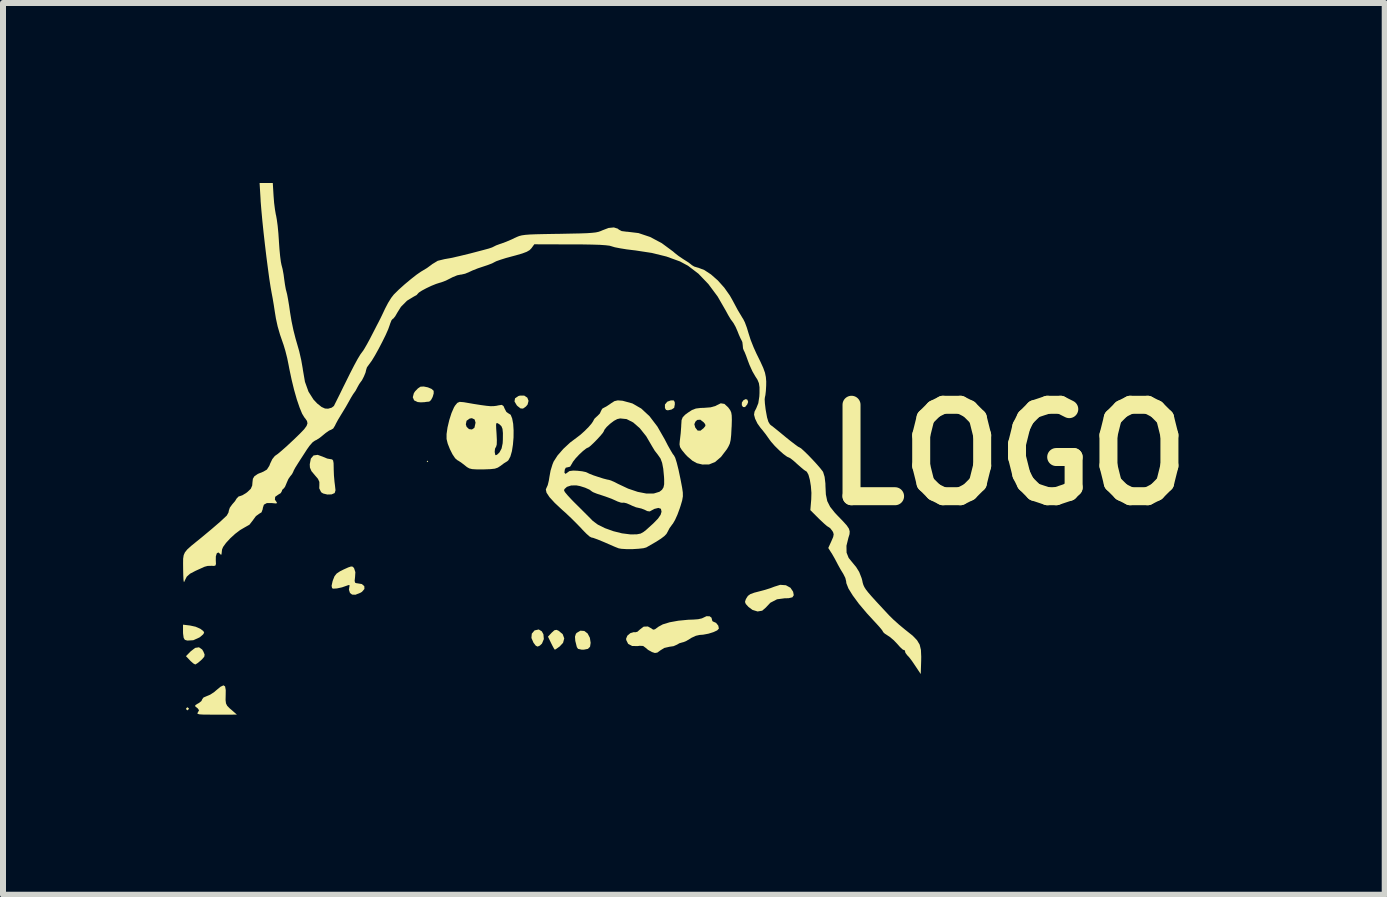
<source format=kicad_pcb>
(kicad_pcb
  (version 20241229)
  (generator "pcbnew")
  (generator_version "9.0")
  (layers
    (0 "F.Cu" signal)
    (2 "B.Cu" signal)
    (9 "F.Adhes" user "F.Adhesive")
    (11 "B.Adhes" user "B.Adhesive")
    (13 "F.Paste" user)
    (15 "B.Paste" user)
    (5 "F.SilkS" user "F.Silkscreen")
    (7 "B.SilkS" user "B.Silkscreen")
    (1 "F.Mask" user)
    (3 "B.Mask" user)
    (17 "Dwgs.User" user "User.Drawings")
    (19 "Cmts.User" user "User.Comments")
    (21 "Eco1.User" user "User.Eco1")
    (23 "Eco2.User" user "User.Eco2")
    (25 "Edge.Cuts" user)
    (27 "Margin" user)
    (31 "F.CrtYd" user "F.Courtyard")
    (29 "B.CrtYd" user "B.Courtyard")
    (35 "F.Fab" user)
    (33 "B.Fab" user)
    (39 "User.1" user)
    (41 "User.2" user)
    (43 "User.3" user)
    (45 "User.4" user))
  (footprint "LOGO"
    (layer "F.Cu")
    (at 6.153 4.43)
    (property "Reference" "LOGO" (at 7.6 0.1 0) (layer "F.SilkS") (effects (font (size 1.524 1.524) (thickness 0.3))))
    (attr board_only exclude_from_pos_files exclude_from_bom)
    (fp_poly (pts (xy -2.067 0.209) (xy -2.08 0.222) (xy -2.092 0.209) (xy -2.08 0.197)) (stroke (width 0) (type solid)) (fill yes) (layer "F.SilkS"))
    (fp_poly (pts (xy -6.055 4.326) (xy -6.055 4.332) (xy -6.073 4.356) (xy -6.079 4.356) (xy -6.103 4.338) (xy -6.104 4.332) (xy -6.085 4.308) (xy -6.079 4.307)) (stroke (width 0) (type solid)) (fill yes) (layer "F.SilkS"))
    (fp_poly (pts (xy 3.251 -0.82) (xy 3.265 -0.782) (xy 3.25 -0.741) (xy 3.213 -0.696) (xy 3.179 -0.697) (xy 3.159 -0.728) (xy 3.16 -0.772) (xy 3.187 -0.811) (xy 3.224 -0.829)) (stroke (width 0) (type solid)) (fill yes) (layer "F.SilkS"))
    (fp_poly (pts (xy -0.466 -0.887) (xy -0.415 -0.853) (xy -0.395 -0.8) (xy -0.411 -0.738) (xy -0.439 -0.705) (xy -0.487 -0.671) (xy -0.529 -0.674) (xy -0.58 -0.714) (xy -0.592 -0.727) (xy -0.629 -0.79) (xy -0.62 -0.842) (xy -0.564 -0.88) (xy -0.539 -0.887)) (stroke (width 0) (type solid)) (fill yes) (layer "F.SilkS"))
    (fp_poly (pts (xy -0.174 3.041) (xy -0.147 3.09) (xy -0.14 3.17) (xy -0.171 3.245) (xy -0.207 3.279) (xy -0.243 3.295) (xy -0.274 3.281) (xy -0.313 3.23) (xy -0.347 3.151) (xy -0.341 3.08) (xy -0.297 3.028) (xy -0.292 3.025) (xy -0.225 3.01)) (stroke (width 0) (type solid)) (fill yes) (layer "F.SilkS"))
    (fp_poly (pts (xy 2.024 -0.807) (xy 2.041 -0.78) (xy 2.043 -0.743) (xy 2.032 -0.684) (xy 1.992 -0.657) (xy 1.987 -0.655) (xy 1.927 -0.642) (xy 1.896 -0.649) (xy 1.879 -0.679) (xy 1.878 -0.68) (xy 1.878 -0.739) (xy 1.917 -0.786) (xy 1.978 -0.808)) (stroke (width 0) (type solid)) (fill yes) (layer "F.SilkS"))
    (fp_poly (pts (xy -6.036 2.944) (xy -5.944 2.964) (xy -5.866 2.998) (xy -5.814 3.037) (xy -5.801 3.064) (xy -5.818 3.092) (xy -5.864 3.132) (xy -5.881 3.144) (xy -5.981 3.189) (xy -6.081 3.195) (xy -6.122 3.183) (xy -6.142 3.151) (xy -6.152 3.081) (xy -6.153 3.05) (xy -6.153 2.93)) (stroke (width 0) (type solid)) (fill yes) (layer "F.SilkS"))
    (fp_poly (pts (xy 0.104 3.03) (xy 0.174 3.088) (xy 0.2 3.159) (xy 0.18 3.233) (xy 0.124 3.293) (xy 0.074 3.329) (xy 0.045 3.347) (xy 0.043 3.347) (xy 0.028 3.327) (xy 0.000385 3.276) (xy -0.018 3.239) (xy -0.071 3.13) (xy -0.011 3.065) (xy 0.034 3.024) (xy 0.07 3.016)) (stroke (width 0) (type solid)) (fill yes) (layer "F.SilkS"))
    (fp_poly (pts (xy 0.534 3.035) (xy 0.589 3.076) (xy 0.627 3.148) (xy 0.64 3.233) (xy 0.63 3.298) (xy 0.595 3.333) (xy 0.525 3.347) (xy 0.492 3.347) (xy 0.43 3.333) (xy 0.41 3.304) (xy 0.384 3.2) (xy 0.379 3.13) (xy 0.394 3.083) (xy 0.407 3.067) (xy 0.47 3.03)) (stroke (width 0) (type solid)) (fill yes) (layer "F.SilkS"))
    (fp_poly (pts (xy -5.834 3.344) (xy -5.812 3.381) (xy -5.793 3.429) (xy -5.799 3.464) (xy -5.834 3.505) (xy -5.853 3.523) (xy -5.905 3.567) (xy -5.943 3.591) (xy -5.95 3.593) (xy -5.98 3.577) (xy -6.026 3.537) (xy -6.038 3.524) (xy -6.104 3.455) (xy -6.026 3.375) (xy -5.951 3.317) (xy -5.887 3.307)) (stroke (width 0) (type solid)) (fill yes) (layer "F.SilkS"))
    (fp_poly (pts (xy -2.073 -1.025) (xy -2.011 -0.999) (xy -1.977 -0.968) (xy -1.976 -0.967) (xy -1.976 -0.922) (xy -1.993 -0.864) (xy -2.021 -0.812) (xy -2.05 -0.787) (xy -2.052 -0.787) (xy -2.098 -0.783) (xy -2.129 -0.778) (xy -2.192 -0.775) (xy -2.243 -0.78) (xy -2.302 -0.808) (xy -2.324 -0.86) (xy -2.306 -0.928) (xy -2.286 -0.958) (xy -2.239 -1.007) (xy -2.196 -1.036) (xy -2.195 -1.036) (xy -2.142 -1.039)) (stroke (width 0) (type solid)) (fill yes) (layer "F.SilkS"))
    (fp_poly (pts (xy 3.894 2.273) (xy 3.97 2.315) (xy 4.014 2.381) (xy 4.025 2.439) (xy 4.002 2.474) (xy 3.939 2.489) (xy 3.875 2.49) (xy 3.746 2.507) (xy 3.634 2.565) (xy 3.558 2.646) (xy 3.499 2.697) (xy 3.422 2.71) (xy 3.337 2.684) (xy 3.27 2.634) (xy 3.226 2.586) (xy 3.212 2.551) (xy 3.224 2.511) (xy 3.235 2.49) (xy 3.261 2.45) (xy 3.301 2.421) (xy 3.366 2.397) (xy 3.451 2.375) (xy 3.549 2.349) (xy 3.637 2.321) (xy 3.695 2.299) (xy 3.697 2.298) (xy 3.799 2.266)) (stroke (width 0) (type solid)) (fill yes) (layer "F.SilkS"))
    (fp_poly (pts (xy -3.818 0.133) (xy -3.815 0.135) (xy -3.749 0.162) (xy -3.698 0.171) (xy -3.669 0.176) (xy -3.652 0.194) (xy -3.644 0.238) (xy -3.642 0.318) (xy -3.642 0.338) (xy -3.638 0.443) (xy -3.629 0.545) (xy -3.621 0.608) (xy -3.612 0.691) (xy -3.626 0.737) (xy -3.627 0.737) (xy -3.677 0.759) (xy -3.749 0.761) (xy -3.818 0.744) (xy -3.852 0.722) (xy -3.883 0.658) (xy -3.881 0.605) (xy -3.881 0.551) (xy -3.904 0.5) (xy -3.957 0.438) (xy -4.013 0.371) (xy -4.038 0.312) (xy -4.041 0.257) (xy -4.023 0.163) (xy -3.978 0.11) (xy -3.909 0.1)) (stroke (width 0) (type solid)) (fill yes) (layer "F.SilkS"))
    (fp_poly (pts (xy -5.452 3.959) (xy -5.441 4.02) (xy -5.442 4.098) (xy -5.444 4.186) (xy -5.437 4.242) (xy -5.417 4.282) (xy -5.376 4.324) (xy -5.351 4.345) (xy -5.255 4.429) (xy -5.596 4.43) (xy -5.731 4.429) (xy -5.824 4.428) (xy -5.881 4.424) (xy -5.908 4.416) (xy -5.914 4.405) (xy -5.905 4.391) (xy -5.886 4.356) (xy -5.907 4.326) (xy -5.918 4.317) (xy -5.95 4.291) (xy -5.948 4.271) (xy -5.908 4.246) (xy -5.889 4.236) (xy -5.846 4.202) (xy -5.833 4.173) (xy -5.812 4.144) (xy -5.763 4.123) (xy -5.701 4.097) (xy -5.63 4.05) (xy -5.606 4.029) (xy -5.529 3.965) (xy -5.479 3.941)) (stroke (width 0) (type solid)) (fill yes) (layer "F.SilkS"))
    (fp_poly (pts (xy -3.325 1.964) (xy -3.305 1.985) (xy -3.303 1.987) (xy -3.281 2.055) (xy -3.286 2.135) (xy -3.293 2.201) (xy -3.285 2.231) (xy -3.26 2.24) (xy -3.252 2.24) (xy -3.173 2.253) (xy -3.132 2.288) (xy -3.13 2.335) (xy -3.171 2.383) (xy -3.198 2.399) (xy -3.279 2.431) (xy -3.335 2.429) (xy -3.371 2.401) (xy -3.388 2.348) (xy -3.383 2.311) (xy -3.376 2.273) (xy -3.397 2.27) (xy -3.412 2.276) (xy -3.504 2.308) (xy -3.587 2.326) (xy -3.648 2.33) (xy -3.669 2.322) (xy -3.677 2.282) (xy -3.661 2.208) (xy -3.654 2.187) (xy -3.628 2.122) (xy -3.593 2.078) (xy -3.536 2.04) (xy -3.476 2.01) (xy -3.398 1.975) (xy -3.352 1.96)) (stroke (width 0) (type solid)) (fill yes) (layer "F.SilkS"))
    (fp_poly (pts (xy 2.869 -0.749) (xy 2.93 -0.693) (xy 2.938 -0.683) (xy 2.966 -0.644) (xy 2.983 -0.605) (xy 2.991 -0.556) (xy 2.993 -0.484) (xy 2.99 -0.376) (xy 2.988 -0.35) (xy 2.982 -0.231) (xy 2.973 -0.147) (xy 2.959 -0.087) (xy 2.935 -0.036) (xy 2.911 0.005) (xy 2.812 0.135) (xy 2.714 0.219) (xy 2.613 0.26) (xy 2.501 0.261) (xy 2.41 0.239) (xy 2.336 0.198) (xy 2.254 0.128) (xy 2.216 0.088) (xy 2.16 0.02) (xy 2.13 -0.028) (xy 2.121 -0.075) (xy 2.126 -0.136) (xy 2.129 -0.158) (xy 2.141 -0.263) (xy 2.149 -0.373) (xy 2.15 -0.404) (xy 2.151 -0.411) (xy 2.368 -0.411) (xy 2.383 -0.356) (xy 2.422 -0.305) (xy 2.47 -0.303) (xy 2.523 -0.345) (xy 2.553 -0.383) (xy 2.548 -0.412) (xy 2.523 -0.443) (xy 2.467 -0.486) (xy 2.417 -0.482) (xy 2.387 -0.455) (xy 2.368 -0.411) (xy 2.151 -0.411) (xy 2.155 -0.478) (xy 2.174 -0.526) (xy 2.215 -0.569) (xy 2.261 -0.603) (xy 2.33 -0.648) (xy 2.394 -0.672) (xy 2.474 -0.682) (xy 2.525 -0.683) (xy 2.64 -0.692) (xy 2.721 -0.715) (xy 2.737 -0.724) (xy 2.808 -0.759)) (stroke (width 0) (type solid)) (fill yes) (layer "F.SilkS"))
    (fp_poly (pts (xy 2.623 2.79) (xy 2.655 2.815) (xy 2.658 2.832) (xy 2.669 2.871) (xy 2.685 2.88) (xy 2.73 2.9) (xy 2.767 2.946) (xy 2.777 2.995) (xy 2.749 3.025) (xy 2.687 3.054) (xy 2.604 3.08) (xy 2.514 3.097) (xy 2.456 3.101) (xy 2.394 3.115) (xy 2.32 3.149) (xy 2.299 3.163) (xy 2.235 3.201) (xy 2.181 3.223) (xy 2.169 3.225) (xy 2.118 3.24) (xy 2.081 3.262) (xy 2.022 3.288) (xy 1.954 3.298) (xy 1.867 3.318) (xy 1.804 3.357) (xy 1.752 3.395) (xy 1.711 3.402) (xy 1.661 3.386) (xy 1.597 3.35) (xy 1.553 3.313) (xy 1.515 3.285) (xy 1.457 3.282) (xy 1.422 3.287) (xy 1.331 3.285) (xy 1.265 3.25) (xy 1.233 3.186) (xy 1.231 3.163) (xy 1.252 3.113) (xy 1.302 3.071) (xy 1.36 3.054) (xy 1.382 3.057) (xy 1.419 3.048) (xy 1.46 3.011) (xy 1.523 2.963) (xy 1.594 2.96) (xy 1.65 2.991) (xy 1.681 3.013) (xy 1.712 3.007) (xy 1.76 2.972) (xy 1.767 2.966) (xy 1.842 2.925) (xy 1.957 2.89) (xy 2.101 2.864) (xy 2.266 2.848) (xy 2.353 2.845) (xy 2.432 2.839) (xy 2.494 2.825) (xy 2.513 2.816) (xy 2.57 2.789)) (stroke (width 0) (type solid)) (fill yes) (layer "F.SilkS"))
    (fp_poly (pts (xy -1.482 -0.778) (xy -1.467 -0.776) (xy -1.305 -0.748) (xy -1.183 -0.729) (xy -1.093 -0.717) (xy -1.027 -0.711) (xy -0.976 -0.712) (xy -0.933 -0.717) (xy -0.895 -0.725) (xy -0.841 -0.733) (xy -0.812 -0.713) (xy -0.792 -0.667) (xy -0.764 -0.615) (xy -0.731 -0.591) (xy -0.729 -0.591) (xy -0.693 -0.568) (xy -0.668 -0.507) (xy -0.651 -0.417) (xy -0.644 -0.308) (xy -0.645 -0.189) (xy -0.655 -0.07) (xy -0.672 0.039) (xy -0.698 0.129) (xy -0.731 0.19) (xy -0.75 0.207) (xy -0.805 0.241) (xy -0.866 0.287) (xy -0.867 0.287) (xy -0.907 0.313) (xy -0.956 0.33) (xy -1.027 0.338) (xy -1.132 0.342) (xy -1.155 0.342) (xy -1.262 0.342) (xy -1.333 0.338) (xy -1.382 0.326) (xy -1.421 0.304) (xy -1.457 0.275) (xy -1.518 0.228) (xy -1.569 0.195) (xy -1.58 0.19) (xy -1.618 0.157) (xy -1.663 0.09) (xy -1.682 0.052) (xy -0.959 0.052) (xy -0.95 0.098) (xy -0.944 0.106) (xy -0.921 0.099) (xy -0.883 0.063) (xy -0.878 0.057) (xy -0.844 -0.007) (xy -0.826 -0.094) (xy -0.823 -0.156) (xy -0.822 -0.263) (xy -0.829 -0.333) (xy -0.847 -0.377) (xy -0.879 -0.408) (xy -0.891 -0.416) (xy -0.917 -0.43) (xy -0.931 -0.427) (xy -0.936 -0.4) (xy -0.934 -0.339) (xy -0.928 -0.25) (xy -0.923 -0.146) (xy -0.925 -0.072) (xy -0.935 -0.037) (xy -0.936 -0.036) (xy -0.954 -0.002) (xy -0.959 0.052) (xy -1.682 0.052) (xy -1.706 0.004) (xy -1.742 -0.087) (xy -1.761 -0.164) (xy -1.761 -0.247) (xy -1.745 -0.358) (xy -1.733 -0.408) (xy -1.44 -0.408) (xy -1.427 -0.367) (xy -1.387 -0.329) (xy -1.338 -0.323) (xy -1.299 -0.349) (xy -1.295 -0.359) (xy -1.278 -0.437) (xy -1.294 -0.49) (xy -1.339 -0.511) (xy -1.376 -0.505) (xy -1.428 -0.468) (xy -1.44 -0.408) (xy -1.733 -0.408) (xy -1.716 -0.48) (xy -1.679 -0.596) (xy -1.638 -0.69) (xy -1.62 -0.72) (xy -1.582 -0.766) (xy -1.543 -0.783)) (stroke (width 0) (type solid)) (fill yes) (layer "F.SilkS"))
    (fp_poly (pts (xy 1.169 -0.802) (xy 1.175 -0.801) (xy 1.335 -0.757) (xy 1.483 -0.672) (xy 1.621 -0.544) (xy 1.752 -0.372) (xy 1.874 -0.159) (xy 1.926 -0.058) (xy 1.974 0.027) (xy 2.01 0.087) (xy 2.028 0.109) (xy 2.049 0.148) (xy 2.075 0.231) (xy 2.105 0.351) (xy 2.137 0.503) (xy 2.165 0.65) (xy 2.176 0.727) (xy 2.177 0.792) (xy 2.165 0.861) (xy 2.138 0.952) (xy 2.124 0.994) (xy 2.087 1.095) (xy 2.047 1.184) (xy 2.011 1.246) (xy 2.003 1.255) (xy 1.955 1.321) (xy 1.922 1.384) (xy 1.903 1.418) (xy 1.868 1.454) (xy 1.81 1.498) (xy 1.723 1.553) (xy 1.6 1.624) (xy 1.567 1.643) (xy 1.519 1.656) (xy 1.437 1.665) (xy 1.339 1.671) (xy 1.239 1.671) (xy 1.155 1.666) (xy 1.108 1.658) (xy 1.054 1.637) (xy 1.021 1.623) (xy 0.87 1.557) (xy 0.756 1.51) (xy 0.681 1.483) (xy 0.652 1.477) (xy 0.621 1.46) (xy 0.569 1.414) (xy 0.505 1.349) (xy 0.493 1.335) (xy 0.416 1.255) (xy 0.319 1.158) (xy 0.216 1.061) (xy 0.168 1.019) (xy 0.041 0.9) (xy -0.046 0.805) (xy -0.095 0.731) (xy -0.103 0.695) (xy 0.197 0.695) (xy 0.213 0.723) (xy 0.258 0.777) (xy 0.322 0.846) (xy 0.363 0.888) (xy 0.453 0.977) (xy 0.517 1.041) (xy 0.563 1.087) (xy 0.602 1.126) (xy 0.641 1.165) (xy 0.676 1.201) (xy 0.76 1.263) (xy 0.879 1.322) (xy 1.018 1.372) (xy 1.162 1.408) (xy 1.297 1.425) (xy 1.322 1.426) (xy 1.412 1.424) (xy 1.473 1.412) (xy 1.524 1.383) (xy 1.568 1.348) (xy 1.683 1.244) (xy 1.762 1.163) (xy 1.806 1.099) (xy 1.821 1.049) (xy 1.821 1.046) (xy 1.811 0.999) (xy 1.771 0.985) (xy 1.766 0.985) (xy 1.701 1.001) (xy 1.664 1.021) (xy 1.625 1.043) (xy 1.583 1.037) (xy 1.549 1.02) (xy 1.487 0.995) (xy 1.44 0.984) (xy 1.395 0.974) (xy 1.329 0.947) (xy 1.303 0.934) (xy 1.239 0.907) (xy 1.192 0.896) (xy 1.181 0.898) (xy 1.147 0.897) (xy 1.088 0.877) (xy 1.065 0.866) (xy 0.989 0.832) (xy 0.891 0.796) (xy 0.825 0.774) (xy 0.745 0.748) (xy 0.687 0.725) (xy 0.665 0.713) (xy 0.621 0.68) (xy 0.547 0.647) (xy 0.461 0.62) (xy 0.402 0.609) (xy 0.316 0.61) (xy 0.245 0.633) (xy 0.203 0.671) (xy 0.197 0.695) (xy -0.103 0.695) (xy -0.107 0.676) (xy -0.095 0.648) (xy -0.075 0.604) (xy -0.057 0.53) (xy -0.047 0.467) (xy -0.034 0.396) (xy 0.203 0.396) (xy 0.219 0.417) (xy 0.249 0.399) (xy 0.254 0.393) (xy 0.288 0.37) (xy 0.35 0.362) (xy 0.418 0.365) (xy 0.499 0.374) (xy 0.56 0.387) (xy 0.581 0.396) (xy 0.617 0.414) (xy 0.685 0.441) (xy 0.769 0.469) (xy 0.851 0.495) (xy 0.917 0.512) (xy 0.945 0.517) (xy 0.98 0.528) (xy 1.043 0.556) (xy 1.095 0.583) (xy 1.265 0.663) (xy 1.425 0.717) (xy 1.57 0.745) (xy 1.693 0.744) (xy 1.787 0.715) (xy 1.829 0.682) (xy 1.854 0.642) (xy 1.865 0.59) (xy 1.865 0.51) (xy 1.863 0.469) (xy 1.85 0.332) (xy 1.831 0.233) (xy 1.804 0.161) (xy 1.764 0.104) (xy 1.76 0.098) (xy 1.708 0.031) (xy 1.664 -0.042) (xy 1.566 -0.21) (xy 1.459 -0.344) (xy 1.349 -0.44) (xy 1.239 -0.496) (xy 1.132 -0.507) (xy 1.083 -0.496) (xy 1.027 -0.466) (xy 0.964 -0.418) (xy 0.906 -0.364) (xy 0.869 -0.317) (xy 0.861 -0.296) (xy 0.845 -0.269) (xy 0.805 -0.22) (xy 0.75 -0.16) (xy 0.691 -0.1) (xy 0.64 -0.052) (xy 0.608 -0.026) (xy 0.603 -0.025) (xy 0.567 -0.007) (xy 0.511 0.037) (xy 0.448 0.096) (xy 0.388 0.16) (xy 0.344 0.217) (xy 0.332 0.24) (xy 0.297 0.297) (xy 0.262 0.306) (xy 0.226 0.314) (xy 0.209 0.345) (xy 0.203 0.396) (xy -0.034 0.396) (xy -0.028 0.363) (xy 0.004 0.259) (xy 0.023 0.212) (xy 0.088 0.111) (xy 0.184 0.001) (xy 0.299 -0.106) (xy 0.406 -0.186) (xy 0.469 -0.234) (xy 0.539 -0.297) (xy 0.606 -0.364) (xy 0.658 -0.425) (xy 0.686 -0.468) (xy 0.688 -0.476) (xy 0.706 -0.505) (xy 0.749 -0.545) (xy 0.751 -0.546) (xy 0.794 -0.59) (xy 0.812 -0.63) (xy 0.812 -0.63) (xy 0.832 -0.668) (xy 0.855 -0.682) (xy 0.903 -0.707) (xy 0.965 -0.748) (xy 0.978 -0.758) (xy 1.036 -0.795) (xy 1.092 -0.808)) (stroke (width 0) (type solid)) (fill yes) (layer "F.SilkS"))
    (fp_poly (pts (xy -4.644 -4.215) (xy -4.635 -4.1) (xy -4.621 -3.99) (xy -4.606 -3.903) (xy -4.602 -3.889) (xy -4.59 -3.821) (xy -4.576 -3.718) (xy -4.564 -3.594) (xy -4.555 -3.462) (xy -4.555 -3.458) (xy -4.546 -3.33) (xy -4.535 -3.214) (xy -4.523 -3.121) (xy -4.512 -3.065) (xy -4.511 -3.062) (xy -4.494 -2.997) (xy -4.477 -2.904) (xy -4.467 -2.828) (xy -4.454 -2.737) (xy -4.44 -2.659) (xy -4.429 -2.618) (xy -4.418 -2.574) (xy -4.403 -2.493) (xy -4.385 -2.386) (xy -4.369 -2.274) (xy -4.345 -2.13) (xy -4.313 -1.977) (xy -4.277 -1.836) (xy -4.255 -1.76) (xy -4.217 -1.628) (xy -4.183 -1.479) (xy -4.159 -1.343) (xy -4.156 -1.32) (xy -4.121 -1.117) (xy -4.062 -0.953) (xy -3.979 -0.822) (xy -3.916 -0.755) (xy -3.844 -0.698) (xy -3.787 -0.672) (xy -3.736 -0.669) (xy -3.676 -0.686) (xy -3.639 -0.714) (xy -3.622 -0.748) (xy -3.587 -0.818) (xy -3.539 -0.914) (xy -3.483 -1.029) (xy -3.456 -1.083) (xy -3.369 -1.259) (xy -3.299 -1.395) (xy -3.243 -1.498) (xy -3.197 -1.574) (xy -3.158 -1.627) (xy -3.153 -1.633) (xy -3.128 -1.673) (xy -3.087 -1.744) (xy -3.038 -1.834) (xy -3.016 -1.877) (xy -2.967 -1.972) (xy -2.924 -2.056) (xy -2.893 -2.115) (xy -2.886 -2.129) (xy -2.862 -2.176) (xy -2.826 -2.251) (xy -2.785 -2.338) (xy -2.736 -2.432) (xy -2.683 -2.517) (xy -2.64 -2.572) (xy -2.557 -2.654) (xy -2.459 -2.742) (xy -2.357 -2.827) (xy -2.263 -2.901) (xy -2.188 -2.953) (xy -2.166 -2.966) (xy -2.088 -3.013) (xy -2.01 -3.07) (xy -2.002 -3.077) (xy -1.908 -3.134) (xy -1.793 -3.162) (xy -1.695 -3.179) (xy -1.552 -3.211) (xy -1.367 -3.256) (xy -1.143 -3.315) (xy -1.058 -3.338) (xy -1.002 -3.357) (xy -0.972 -3.372) (xy -0.934 -3.391) (xy -0.871 -3.414) (xy -0.849 -3.421) (xy -0.768 -3.451) (xy -0.672 -3.492) (xy -0.628 -3.514) (xy -0.588 -3.532) (xy -0.55 -3.547) (xy -0.506 -3.558) (xy -0.45 -3.566) (xy -0.375 -3.572) (xy -0.274 -3.576) (xy -0.14 -3.579) (xy 0.033 -3.582) (xy 0.117 -3.583) (xy 0.311 -3.587) (xy 0.462 -3.59) (xy 0.577 -3.594) (xy 0.663 -3.6) (xy 0.726 -3.607) (xy 0.772 -3.617) (xy 0.809 -3.63) (xy 0.836 -3.642) (xy 0.938 -3.681) (xy 1.027 -3.69) (xy 1.093 -3.669) (xy 1.108 -3.655) (xy 1.157 -3.629) (xy 1.243 -3.618) (xy 1.253 -3.618) (xy 1.437 -3.596) (xy 1.631 -3.531) (xy 1.825 -3.428) (xy 2.012 -3.29) (xy 2.043 -3.263) (xy 2.104 -3.215) (xy 2.181 -3.163) (xy 2.203 -3.149) (xy 2.268 -3.108) (xy 2.315 -3.072) (xy 2.326 -3.062) (xy 2.366 -3.038) (xy 2.429 -3.019) (xy 2.435 -3.018) (xy 2.534 -2.98) (xy 2.645 -2.907) (xy 2.76 -2.806) (xy 2.867 -2.686) (xy 2.959 -2.556) (xy 2.999 -2.486) (xy 3.09 -2.316) (xy 3.17 -2.182) (xy 3.182 -2.164) (xy 3.21 -2.108) (xy 3.242 -2.023) (xy 3.27 -1.93) (xy 3.306 -1.817) (xy 3.356 -1.691) (xy 3.403 -1.587) (xy 3.469 -1.453) (xy 3.516 -1.35) (xy 3.545 -1.269) (xy 3.56 -1.196) (xy 3.566 -1.122) (xy 3.565 -1.053) (xy 3.56 -0.965) (xy 3.552 -0.895) (xy 3.544 -0.86) (xy 3.54 -0.826) (xy 3.544 -0.756) (xy 3.555 -0.664) (xy 3.56 -0.633) (xy 3.58 -0.523) (xy 3.602 -0.451) (xy 3.628 -0.408) (xy 3.644 -0.394) (xy 3.694 -0.356) (xy 3.761 -0.302) (xy 3.799 -0.271) (xy 3.887 -0.198) (xy 3.972 -0.13) (xy 4.045 -0.074) (xy 4.097 -0.036) (xy 4.119 -0.025) (xy 4.147 -0.008) (xy 4.198 0.038) (xy 4.264 0.102) (xy 4.336 0.177) (xy 4.406 0.253) (xy 4.465 0.321) (xy 4.505 0.372) (xy 4.514 0.386) (xy 4.539 0.467) (xy 4.552 0.576) (xy 4.553 0.62) (xy 4.56 0.761) (xy 4.583 0.871) (xy 4.631 0.966) (xy 4.709 1.064) (xy 4.752 1.11) (xy 4.845 1.206) (xy 4.908 1.276) (xy 4.944 1.33) (xy 4.957 1.375) (xy 4.954 1.422) (xy 4.937 1.478) (xy 4.936 1.48) (xy 4.903 1.615) (xy 4.905 1.73) (xy 4.94 1.818) (xy 4.946 1.825) (xy 4.992 1.882) (xy 5.049 1.951) (xy 5.064 1.969) (xy 5.115 2.051) (xy 5.155 2.153) (xy 5.165 2.189) (xy 5.174 2.232) (xy 5.185 2.268) (xy 5.201 2.303) (xy 5.227 2.344) (xy 5.266 2.394) (xy 5.323 2.46) (xy 5.401 2.546) (xy 5.506 2.659) (xy 5.612 2.773) (xy 5.686 2.846) (xy 5.781 2.931) (xy 5.88 3.013) (xy 5.898 3.027) (xy 6.007 3.114) (xy 6.079 3.189) (xy 6.123 3.263) (xy 6.144 3.35) (xy 6.149 3.464) (xy 6.148 3.533) (xy 6.141 3.753) (xy 6.043 3.606) (xy 5.991 3.53) (xy 5.945 3.47) (xy 5.915 3.439) (xy 5.914 3.438) (xy 5.885 3.398) (xy 5.882 3.382) (xy 5.873 3.354) (xy 5.864 3.355) (xy 5.839 3.343) (xy 5.796 3.303) (xy 5.759 3.261) (xy 5.694 3.192) (xy 5.624 3.133) (xy 5.593 3.113) (xy 5.541 3.079) (xy 5.514 3.053) (xy 5.513 3.049) (xy 5.497 3.022) (xy 5.456 2.972) (xy 5.409 2.92) (xy 5.245 2.742) (xy 5.11 2.582) (xy 5.007 2.442) (xy 4.936 2.327) (xy 4.901 2.238) (xy 4.898 2.208) (xy 4.884 2.151) (xy 4.851 2.085) (xy 4.848 2.08) (xy 4.804 2.008) (xy 4.758 1.925) (xy 4.749 1.907) (xy 4.705 1.824) (xy 4.659 1.744) (xy 4.65 1.731) (xy 4.6 1.652) (xy 4.652 1.538) (xy 4.682 1.468) (xy 4.69 1.424) (xy 4.68 1.388) (xy 4.665 1.364) (xy 4.631 1.321) (xy 4.606 1.304) (xy 4.58 1.288) (xy 4.53 1.245) (xy 4.464 1.183) (xy 4.443 1.163) (xy 4.301 1.021) (xy 4.316 0.843) (xy 4.319 0.733) (xy 4.31 0.62) (xy 4.293 0.516) (xy 4.27 0.432) (xy 4.242 0.381) (xy 4.228 0.372) (xy 4.196 0.351) (xy 4.141 0.305) (xy 4.084 0.255) (xy 4.022 0.199) (xy 3.974 0.161) (xy 3.952 0.148) (xy 3.913 0.131) (xy 3.852 0.086) (xy 3.781 0.023) (xy 3.708 -0.049) (xy 3.646 -0.12) (xy 3.616 -0.16) (xy 3.559 -0.241) (xy 3.501 -0.315) (xy 3.471 -0.35) (xy 3.419 -0.423) (xy 3.38 -0.504) (xy 3.38 -0.505) (xy 3.363 -0.569) (xy 3.371 -0.62) (xy 3.4 -0.676) (xy 3.434 -0.761) (xy 3.451 -0.873) (xy 3.454 -0.93) (xy 3.454 -1.026) (xy 3.444 -1.094) (xy 3.42 -1.152) (xy 3.384 -1.208) (xy 3.335 -1.293) (xy 3.287 -1.399) (xy 3.26 -1.47) (xy 3.231 -1.551) (xy 3.206 -1.613) (xy 3.192 -1.64) (xy 3.179 -1.675) (xy 3.175 -1.722) (xy 3.168 -1.78) (xy 3.154 -1.81) (xy 3.135 -1.846) (xy 3.107 -1.91) (xy 3.09 -1.954) (xy 3.056 -2.032) (xy 3.021 -2.095) (xy 3.006 -2.116) (xy 2.974 -2.159) (xy 2.931 -2.231) (xy 2.892 -2.303) (xy 2.756 -2.539) (xy 2.602 -2.746) (xy 2.436 -2.919) (xy 2.263 -3.051) (xy 2.129 -3.123) (xy 1.903 -3.205) (xy 1.659 -3.265) (xy 1.384 -3.307) (xy 1.366 -3.309) (xy 1.243 -3.324) (xy 1.132 -3.342) (xy 1.044 -3.359) (xy 0.997 -3.373) (xy 0.957 -3.385) (xy 0.891 -3.393) (xy 0.793 -3.4) (xy 0.66 -3.404) (xy 0.485 -3.407) (xy 0.312 -3.407) (xy -0.299 -3.409) (xy -0.346 -3.344) (xy -0.377 -3.312) (xy -0.425 -3.284) (xy -0.499 -3.256) (xy -0.609 -3.224) (xy -0.658 -3.211) (xy -0.769 -3.181) (xy -0.864 -3.151) (xy -0.932 -3.127) (xy -0.96 -3.113) (xy -1.002 -3.091) (xy -1.075 -3.063) (xy -1.144 -3.04) (xy -1.24 -3.008) (xy -1.331 -2.972) (xy -1.378 -2.95) (xy -1.451 -2.919) (xy -1.517 -2.904) (xy -1.526 -2.904) (xy -1.584 -2.892) (xy -1.66 -2.861) (xy -1.691 -2.845) (xy -1.772 -2.804) (xy -1.852 -2.774) (xy -1.875 -2.768) (xy -1.937 -2.748) (xy -2.016 -2.716) (xy -2.098 -2.677) (xy -2.171 -2.638) (xy -2.222 -2.605) (xy -2.24 -2.586) (xy -2.26 -2.563) (xy -2.308 -2.537) (xy -2.42 -2.469) (xy -2.521 -2.367) (xy -2.582 -2.27) (xy -2.617 -2.209) (xy -2.648 -2.171) (xy -2.658 -2.166) (xy -2.678 -2.144) (xy -2.7 -2.09) (xy -2.709 -2.062) (xy -2.734 -1.992) (xy -2.777 -1.895) (xy -2.833 -1.782) (xy -2.894 -1.665) (xy -2.954 -1.557) (xy -3.008 -1.468) (xy -3.049 -1.412) (xy -3.051 -1.409) (xy -3.088 -1.358) (xy -3.101 -1.317) (xy -3.112 -1.27) (xy -3.139 -1.205) (xy -3.171 -1.143) (xy -3.197 -1.108) (xy -3.217 -1.079) (xy -3.247 -1.026) (xy -3.249 -1.021) (xy -3.278 -0.967) (xy -3.3 -0.936) (xy -3.301 -0.935) (xy -3.32 -0.908) (xy -3.354 -0.852) (xy -3.383 -0.8) (xy -3.437 -0.704) (xy -3.497 -0.605) (xy -3.521 -0.566) (xy -3.568 -0.488) (xy -3.607 -0.416) (xy -3.62 -0.388) (xy -3.65 -0.339) (xy -3.682 -0.32) (xy -3.719 -0.304) (xy -3.775 -0.265) (xy -3.809 -0.237) (xy -3.873 -0.185) (xy -3.932 -0.147) (xy -3.953 -0.138) (xy -3.993 -0.11) (xy -4.044 -0.052) (xy -4.086 0.007) (xy -4.146 0.1) (xy -4.209 0.197) (xy -4.24 0.246) (xy -4.282 0.313) (xy -4.31 0.365) (xy -4.317 0.384) (xy -4.337 0.422) (xy -4.362 0.452) (xy -4.397 0.502) (xy -4.428 0.572) (xy -4.43 0.578) (xy -4.454 0.634) (xy -4.477 0.663) (xy -4.481 0.665) (xy -4.501 0.685) (xy -4.504 0.702) (xy -4.525 0.738) (xy -4.566 0.763) (xy -4.617 0.799) (xy -4.622 0.846) (xy -4.596 0.884) (xy -4.585 0.904) (xy -4.607 0.91) (xy -4.668 0.904) (xy -4.755 0.903) (xy -4.805 0.93) (xy -4.824 0.988) (xy -4.824 1.002) (xy -4.845 1.058) (xy -4.886 1.083) (xy -4.938 1.121) (xy -4.983 1.182) (xy -4.986 1.187) (xy -5.046 1.264) (xy -5.129 1.311) (xy -5.201 1.353) (xy -5.284 1.416) (xy -5.366 1.491) (xy -5.436 1.567) (xy -5.486 1.636) (xy -5.503 1.678) (xy -5.509 1.734) (xy -5.512 1.76) (xy -5.523 1.765) (xy -5.535 1.75) (xy -5.565 1.726) (xy -5.591 1.742) (xy -5.606 1.792) (xy -5.607 1.855) (xy -5.604 1.919) (xy -5.615 1.947) (xy -5.647 1.951) (xy -5.672 1.949) (xy -5.743 1.951) (xy -5.795 1.965) (xy -5.85 1.99) (xy -5.923 2.023) (xy -5.943 2.032) (xy -6.035 2.08) (xy -6.091 2.13) (xy -6.125 2.197) (xy -6.129 2.209) (xy -6.138 2.222) (xy -6.145 2.187) (xy -6.149 2.104) (xy -6.151 2.009) (xy -6.152 1.906) (xy -6.151 1.83) (xy -6.142 1.772) (xy -6.121 1.724) (xy -6.081 1.675) (xy -6.018 1.618) (xy -5.927 1.544) (xy -5.843 1.476) (xy -5.676 1.337) (xy -5.532 1.213) (xy -5.424 1.112) (xy -5.395 1.06) (xy -5.39 1.031) (xy -5.373 0.98) (xy -5.333 0.925) (xy -5.332 0.924) (xy -5.287 0.872) (xy -5.259 0.827) (xy -5.259 0.827) (xy -5.226 0.793) (xy -5.205 0.788) (xy -5.163 0.773) (xy -5.103 0.737) (xy -5.081 0.72) (xy -5.024 0.666) (xy -5 0.611) (xy -4.996 0.561) (xy -4.989 0.499) (xy -4.962 0.455) (xy -4.905 0.417) (xy -4.812 0.379) (xy -4.755 0.345) (xy -4.715 0.283) (xy -4.7 0.244) (xy -4.665 0.171) (xy -4.623 0.119) (xy -4.609 0.109) (xy -4.572 0.083) (xy -4.508 0.029) (xy -4.425 -0.044) (xy -4.332 -0.131) (xy -4.308 -0.153) (xy -4.205 -0.253) (xy -4.134 -0.327) (xy -4.094 -0.382) (xy -4.079 -0.425) (xy -4.087 -0.464) (xy -4.115 -0.505) (xy -4.131 -0.524) (xy -4.169 -0.587) (xy -4.211 -0.69) (xy -4.257 -0.825) (xy -4.302 -0.983) (xy -4.344 -1.156) (xy -4.382 -1.336) (xy -4.393 -1.395) (xy -4.417 -1.513) (xy -4.448 -1.635) (xy -4.478 -1.735) (xy -4.48 -1.74) (xy -4.536 -1.902) (xy -4.576 -2.04) (xy -4.605 -2.173) (xy -4.624 -2.289) (xy -4.641 -2.401) (xy -4.66 -2.513) (xy -4.676 -2.597) (xy -4.694 -2.699) (xy -4.716 -2.841) (xy -4.739 -3.012) (xy -4.764 -3.204) (xy -4.788 -3.405) (xy -4.811 -3.608) (xy -4.831 -3.801) (xy -4.847 -3.975) (xy -4.859 -4.121) (xy -4.861 -4.166) (xy -4.877 -4.43) (xy -4.657 -4.43)) (stroke (width 0) (type solid)) (fill yes) (layer "F.SilkS")))
  (gr_rect
    (start -3 -3)
    (end 20.026 11.86)
    (stroke (width 0.1) (type default))
    (fill no)
    (layer "Edge.Cuts")))
</source>
